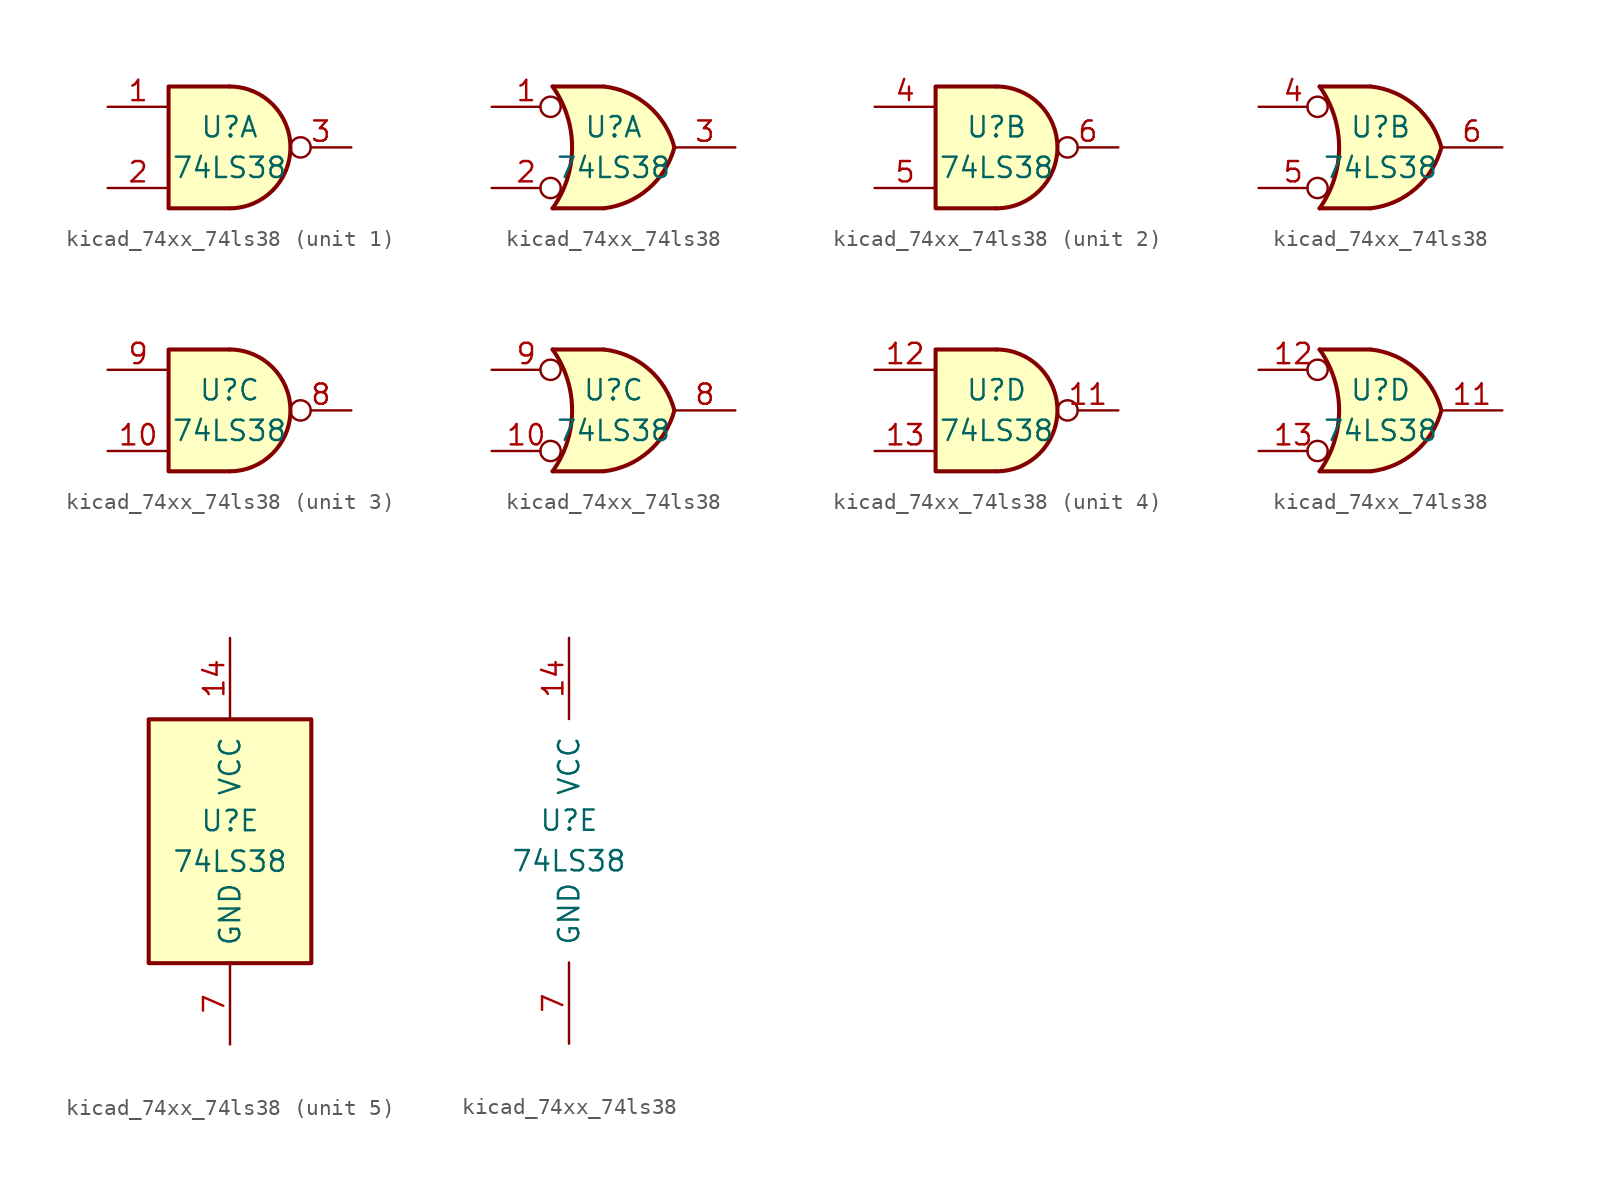
<source format=kicad_sym>
(kicad_symbol_lib
  (version 20220914)
  (generator kicad_symbol_editor)
  (symbol "kicad_74xx_74ls38"
    (pin_names
      (offset 1.016))
    (property "Reference" "U"
      (at 0 1.27 0)
      (effects (font (size 1.27 1.27))))
    (property "Value" "74LS38"
      (at 0 -1.27 0)
      (effects (font (size 1.27 1.27))))
    (property "ki_locked" ""
      (at 0 0 0)
      (effects (font (size 1.27 1.27))))
    (symbol "kicad_74xx_74ls38_1_1"
      (arc (start 0 -3.81) (mid 3.7934 0) (end 0 3.81) (stroke (width 0.254) (type default)) (fill (type background)))
      (polyline (pts (xy 0 3.81) (xy -3.81 3.81) (xy -3.81 -3.81) (xy 0 -3.81)) (stroke (width 0.254) (type default)) (fill (type background)))
      (pin input line (at -7.62 2.54 0) (length 3.81) (name "~" (effects (font (size 1.27 1.27)))) (number "1" (effects (font (size 1.27 1.27)))))
      (pin input line (at -7.62 -2.54 0) (length 3.81) (name "~" (effects (font (size 1.27 1.27)))) (number "2" (effects (font (size 1.27 1.27)))))
      (pin open_collector inverted (at 7.62 0 180) (length 3.81) (name "~" (effects (font (size 1.27 1.27)))) (number "3" (effects (font (size 1.27 1.27))))))
    (symbol "kicad_74xx_74ls38_1_2"
      (arc (start -3.81 -3.81) (mid -2.589 0) (end -3.81 3.81) (stroke (width 0.254) (type default)) (fill (type none)))
      (arc (start -0.6096 -3.81) (mid 2.1842 -2.5851) (end 3.81 0) (stroke (width 0.254) (type default)) (fill (type background)))
      (polyline (pts (xy -3.81 -3.81) (xy -0.635 -3.81)) (stroke (width 0.254) (type default)) (fill (type background)))
      (polyline (pts (xy -3.81 3.81) (xy -0.635 3.81)) (stroke (width 0.254) (type default)) (fill (type background)))
      (polyline (pts (xy -0.635 3.81) (xy -3.81 3.81) (xy -3.81 3.81) (xy -3.556 3.404) (xy -3.023 2.261) (xy -2.692 1.041) (xy -2.616 -0.254) (xy -2.769 -1.499) (xy -3.175 -2.718) (xy -3.81 -3.81) (xy -3.81 -3.81) (xy -0.635 -3.81)) (stroke (width -25.4) (type default)) (fill (type background)))
      (arc (start 3.81 0) (mid 2.1915 2.5936) (end -0.6096 3.81) (stroke (width 0.254) (type default)) (fill (type background)))
      (pin input inverted (at -7.62 2.54 0) (length 4.318) (name "~" (effects (font (size 1.27 1.27)))) (number "1" (effects (font (size 1.27 1.27)))))
      (pin input inverted (at -7.62 -2.54 0) (length 4.318) (name "~" (effects (font (size 1.27 1.27)))) (number "2" (effects (font (size 1.27 1.27)))))
      (pin open_collector line (at 7.62 0 180) (length 3.81) (name "~" (effects (font (size 1.27 1.27)))) (number "3" (effects (font (size 1.27 1.27))))))
    (symbol "kicad_74xx_74ls38_2_1"
      (arc (start 0 -3.81) (mid 3.7934 0) (end 0 3.81) (stroke (width 0.254) (type default)) (fill (type background)))
      (polyline (pts (xy 0 3.81) (xy -3.81 3.81) (xy -3.81 -3.81) (xy 0 -3.81)) (stroke (width 0.254) (type default)) (fill (type background)))
      (pin input line (at -7.62 2.54 0) (length 3.81) (name "~" (effects (font (size 1.27 1.27)))) (number "4" (effects (font (size 1.27 1.27)))))
      (pin input line (at -7.62 -2.54 0) (length 3.81) (name "~" (effects (font (size 1.27 1.27)))) (number "5" (effects (font (size 1.27 1.27)))))
      (pin open_collector inverted (at 7.62 0 180) (length 3.81) (name "~" (effects (font (size 1.27 1.27)))) (number "6" (effects (font (size 1.27 1.27))))))
    (symbol "kicad_74xx_74ls38_2_2"
      (arc (start -3.81 -3.81) (mid -2.589 0) (end -3.81 3.81) (stroke (width 0.254) (type default)) (fill (type none)))
      (arc (start -0.6096 -3.81) (mid 2.1842 -2.5851) (end 3.81 0) (stroke (width 0.254) (type default)) (fill (type background)))
      (polyline (pts (xy -3.81 -3.81) (xy -0.635 -3.81)) (stroke (width 0.254) (type default)) (fill (type background)))
      (polyline (pts (xy -3.81 3.81) (xy -0.635 3.81)) (stroke (width 0.254) (type default)) (fill (type background)))
      (polyline (pts (xy -0.635 3.81) (xy -3.81 3.81) (xy -3.81 3.81) (xy -3.556 3.404) (xy -3.023 2.261) (xy -2.692 1.041) (xy -2.616 -0.254) (xy -2.769 -1.499) (xy -3.175 -2.718) (xy -3.81 -3.81) (xy -3.81 -3.81) (xy -0.635 -3.81)) (stroke (width -25.4) (type default)) (fill (type background)))
      (arc (start 3.81 0) (mid 2.1915 2.5936) (end -0.6096 3.81) (stroke (width 0.254) (type default)) (fill (type background)))
      (pin input inverted (at -7.62 2.54 0) (length 4.318) (name "~" (effects (font (size 1.27 1.27)))) (number "4" (effects (font (size 1.27 1.27)))))
      (pin input inverted (at -7.62 -2.54 0) (length 4.318) (name "~" (effects (font (size 1.27 1.27)))) (number "5" (effects (font (size 1.27 1.27)))))
      (pin open_collector line (at 7.62 0 180) (length 3.81) (name "~" (effects (font (size 1.27 1.27)))) (number "6" (effects (font (size 1.27 1.27))))))
    (symbol "kicad_74xx_74ls38_3_1"
      (arc (start 0 -3.81) (mid 3.7934 0) (end 0 3.81) (stroke (width 0.254) (type default)) (fill (type background)))
      (polyline (pts (xy 0 3.81) (xy -3.81 3.81) (xy -3.81 -3.81) (xy 0 -3.81)) (stroke (width 0.254) (type default)) (fill (type background)))
      (pin input line (at -7.62 -2.54 0) (length 3.81) (name "~" (effects (font (size 1.27 1.27)))) (number "10" (effects (font (size 1.27 1.27)))))
      (pin open_collector inverted (at 7.62 0 180) (length 3.81) (name "~" (effects (font (size 1.27 1.27)))) (number "8" (effects (font (size 1.27 1.27)))))
      (pin input line (at -7.62 2.54 0) (length 3.81) (name "~" (effects (font (size 1.27 1.27)))) (number "9" (effects (font (size 1.27 1.27))))))
    (symbol "kicad_74xx_74ls38_3_2"
      (arc (start -3.81 -3.81) (mid -2.589 0) (end -3.81 3.81) (stroke (width 0.254) (type default)) (fill (type none)))
      (arc (start -0.6096 -3.81) (mid 2.1842 -2.5851) (end 3.81 0) (stroke (width 0.254) (type default)) (fill (type background)))
      (polyline (pts (xy -3.81 -3.81) (xy -0.635 -3.81)) (stroke (width 0.254) (type default)) (fill (type background)))
      (polyline (pts (xy -3.81 3.81) (xy -0.635 3.81)) (stroke (width 0.254) (type default)) (fill (type background)))
      (polyline (pts (xy -0.635 3.81) (xy -3.81 3.81) (xy -3.81 3.81) (xy -3.556 3.404) (xy -3.023 2.261) (xy -2.692 1.041) (xy -2.616 -0.254) (xy -2.769 -1.499) (xy -3.175 -2.718) (xy -3.81 -3.81) (xy -3.81 -3.81) (xy -0.635 -3.81)) (stroke (width -25.4) (type default)) (fill (type background)))
      (arc (start 3.81 0) (mid 2.1915 2.5936) (end -0.6096 3.81) (stroke (width 0.254) (type default)) (fill (type background)))
      (pin input inverted (at -7.62 -2.54 0) (length 4.318) (name "~" (effects (font (size 1.27 1.27)))) (number "10" (effects (font (size 1.27 1.27)))))
      (pin open_collector line (at 7.62 0 180) (length 3.81) (name "~" (effects (font (size 1.27 1.27)))) (number "8" (effects (font (size 1.27 1.27)))))
      (pin input inverted (at -7.62 2.54 0) (length 4.318) (name "~" (effects (font (size 1.27 1.27)))) (number "9" (effects (font (size 1.27 1.27))))))
    (symbol "kicad_74xx_74ls38_4_1"
      (arc (start 0 -3.81) (mid 3.7934 0) (end 0 3.81) (stroke (width 0.254) (type default)) (fill (type background)))
      (polyline (pts (xy 0 3.81) (xy -3.81 3.81) (xy -3.81 -3.81) (xy 0 -3.81)) (stroke (width 0.254) (type default)) (fill (type background)))
      (pin open_collector inverted (at 7.62 0 180) (length 3.81) (name "~" (effects (font (size 1.27 1.27)))) (number "11" (effects (font (size 1.27 1.27)))))
      (pin input line (at -7.62 2.54 0) (length 3.81) (name "~" (effects (font (size 1.27 1.27)))) (number "12" (effects (font (size 1.27 1.27)))))
      (pin input line (at -7.62 -2.54 0) (length 3.81) (name "~" (effects (font (size 1.27 1.27)))) (number "13" (effects (font (size 1.27 1.27))))))
    (symbol "kicad_74xx_74ls38_4_2"
      (arc (start -3.81 -3.81) (mid -2.589 0) (end -3.81 3.81) (stroke (width 0.254) (type default)) (fill (type none)))
      (arc (start -0.6096 -3.81) (mid 2.1842 -2.5851) (end 3.81 0) (stroke (width 0.254) (type default)) (fill (type background)))
      (polyline (pts (xy -3.81 -3.81) (xy -0.635 -3.81)) (stroke (width 0.254) (type default)) (fill (type background)))
      (polyline (pts (xy -3.81 3.81) (xy -0.635 3.81)) (stroke (width 0.254) (type default)) (fill (type background)))
      (polyline (pts (xy -0.635 3.81) (xy -3.81 3.81) (xy -3.81 3.81) (xy -3.556 3.404) (xy -3.023 2.261) (xy -2.692 1.041) (xy -2.616 -0.254) (xy -2.769 -1.499) (xy -3.175 -2.718) (xy -3.81 -3.81) (xy -3.81 -3.81) (xy -0.635 -3.81)) (stroke (width -25.4) (type default)) (fill (type background)))
      (arc (start 3.81 0) (mid 2.1915 2.5936) (end -0.6096 3.81) (stroke (width 0.254) (type default)) (fill (type background)))
      (pin open_collector line (at 7.62 0 180) (length 3.81) (name "~" (effects (font (size 1.27 1.27)))) (number "11" (effects (font (size 1.27 1.27)))))
      (pin input inverted (at -7.62 2.54 0) (length 4.318) (name "~" (effects (font (size 1.27 1.27)))) (number "12" (effects (font (size 1.27 1.27)))))
      (pin input inverted (at -7.62 -2.54 0) (length 4.318) (name "~" (effects (font (size 1.27 1.27)))) (number "13" (effects (font (size 1.27 1.27))))))
    (symbol "kicad_74xx_74ls38_5_0"
      (pin power_in line (at 0 12.7 270) (length 5.08) (name "VCC" (effects (font (size 1.27 1.27)))) (number "14" (effects (font (size 1.27 1.27)))))
      (pin power_in line (at 0 -12.7 90) (length 5.08) (name "GND" (effects (font (size 1.27 1.27)))) (number "7" (effects (font (size 1.27 1.27))))))
    (symbol "kicad_74xx_74ls38_5_1"
      (rectangle (start -5.08 7.62) (end 5.08 -7.62) (stroke (width 0.254) (type default)) (fill (type background))))))
</source>
